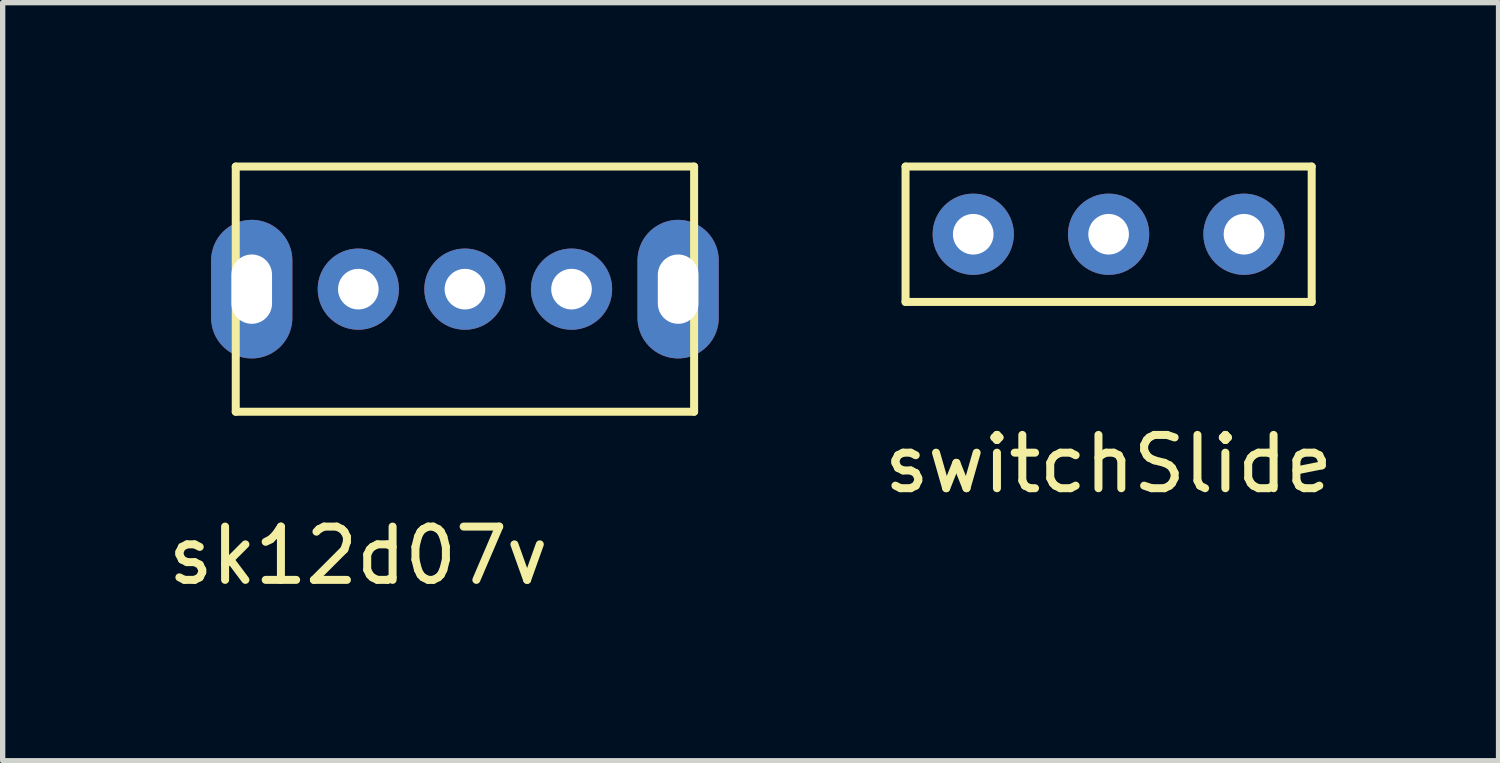
<source format=kicad_pcb>
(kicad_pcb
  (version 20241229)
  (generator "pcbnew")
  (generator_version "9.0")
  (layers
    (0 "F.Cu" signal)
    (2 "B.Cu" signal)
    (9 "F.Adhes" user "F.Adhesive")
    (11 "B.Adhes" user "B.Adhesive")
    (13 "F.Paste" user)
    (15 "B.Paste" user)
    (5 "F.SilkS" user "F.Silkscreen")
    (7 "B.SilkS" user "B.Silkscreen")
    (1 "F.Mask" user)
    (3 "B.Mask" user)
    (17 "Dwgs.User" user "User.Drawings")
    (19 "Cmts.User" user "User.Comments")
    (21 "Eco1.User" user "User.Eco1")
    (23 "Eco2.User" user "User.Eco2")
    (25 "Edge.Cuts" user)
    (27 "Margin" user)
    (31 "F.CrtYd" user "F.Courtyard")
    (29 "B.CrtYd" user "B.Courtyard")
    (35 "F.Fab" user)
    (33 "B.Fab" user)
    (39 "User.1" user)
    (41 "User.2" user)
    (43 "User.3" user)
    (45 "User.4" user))
  (footprint "sk12d07v"
    (layer "F.Cu")
    (at 3.673 2.375)
    (property "Reference" "sk12d07v" (at 0 5 0) (layer "F.SilkS") (effects (font (size 1 1) (thickness 0.15))))
    (attr through_hole)
    (fp_line (start -2.3 -2.3) (end 6.3 -2.3) (stroke (width 0.15) (type solid)) (layer "F.SilkS"))
    (fp_line (start -2.3 2.3) (end -2.3 -2.3) (stroke (width 0.15) (type solid)) (layer "F.SilkS"))
    (fp_line (start 6.3 -2.3) (end 6.3 2.3) (stroke (width 0.15) (type solid)) (layer "F.SilkS"))
    (fp_line (start 6.3 2.3) (end -2.3 2.3) (stroke (width 0.15) (type solid)) (layer "F.SilkS"))
    (pad "1" thru_hole circle (at 0 0) (size 1.524 1.524) (drill 0.762) (layers "*.Cu" "*.Mask"))
    (pad "2" thru_hole circle (at 2 0) (size 1.524 1.524) (drill 0.762) (layers "*.Cu" "*.Mask"))
    (pad "3" thru_hole circle (at 4 0) (size 1.524 1.524) (drill 0.762) (layers "*.Cu" "*.Mask"))
    (pad "4" thru_hole oval (at -2 0) (size 1.524 2.6) (drill oval 0.762 1.3) (layers "*.Cu" "*.Mask"))
    (pad "5" thru_hole oval (at 6 0) (size 1.524 2.6) (drill oval 0.762 1.3) (layers "*.Cu" "*.Mask")))
  (footprint "switchSlide"
    (layer "F.Cu")
    (at 17.75 1.345)
    (property "Reference" "switchSlide" (at 0 4.31 0) (layer "F.SilkS") (effects (font (size 1 1) (thickness 0.15))))
    (attr through_hole)
    (fp_line (start -3.81 -1.27) (end 3.81 -1.27) (stroke (width 0.15) (type solid)) (layer "F.SilkS"))
    (fp_line (start -3.81 1.27) (end -3.81 -1.27) (stroke (width 0.15) (type solid)) (layer "F.SilkS"))
    (fp_line (start 3.81 -1.27) (end 3.81 1.27) (stroke (width 0.15) (type solid)) (layer "F.SilkS"))
    (fp_line (start 3.81 1.27) (end -3.81 1.27) (stroke (width 0.15) (type solid)) (layer "F.SilkS"))
    (pad "1" thru_hole circle (at -2.54 0) (size 1.524 1.524) (drill 0.762) (layers "*.Cu" "*.Mask"))
    (pad "2" thru_hole circle (at 0 0) (size 1.524 1.524) (drill 0.762) (layers "*.Cu" "*.Mask"))
    (pad "3" thru_hole circle (at 2.54 0) (size 1.524 1.524) (drill 0.762) (layers "*.Cu" "*.Mask")))
  (gr_rect
    (start -3 -3)
    (end 25.066 11.223)
    (stroke (width 0.1) (type default))
    (fill no)
    (layer "Edge.Cuts")))
</source>
